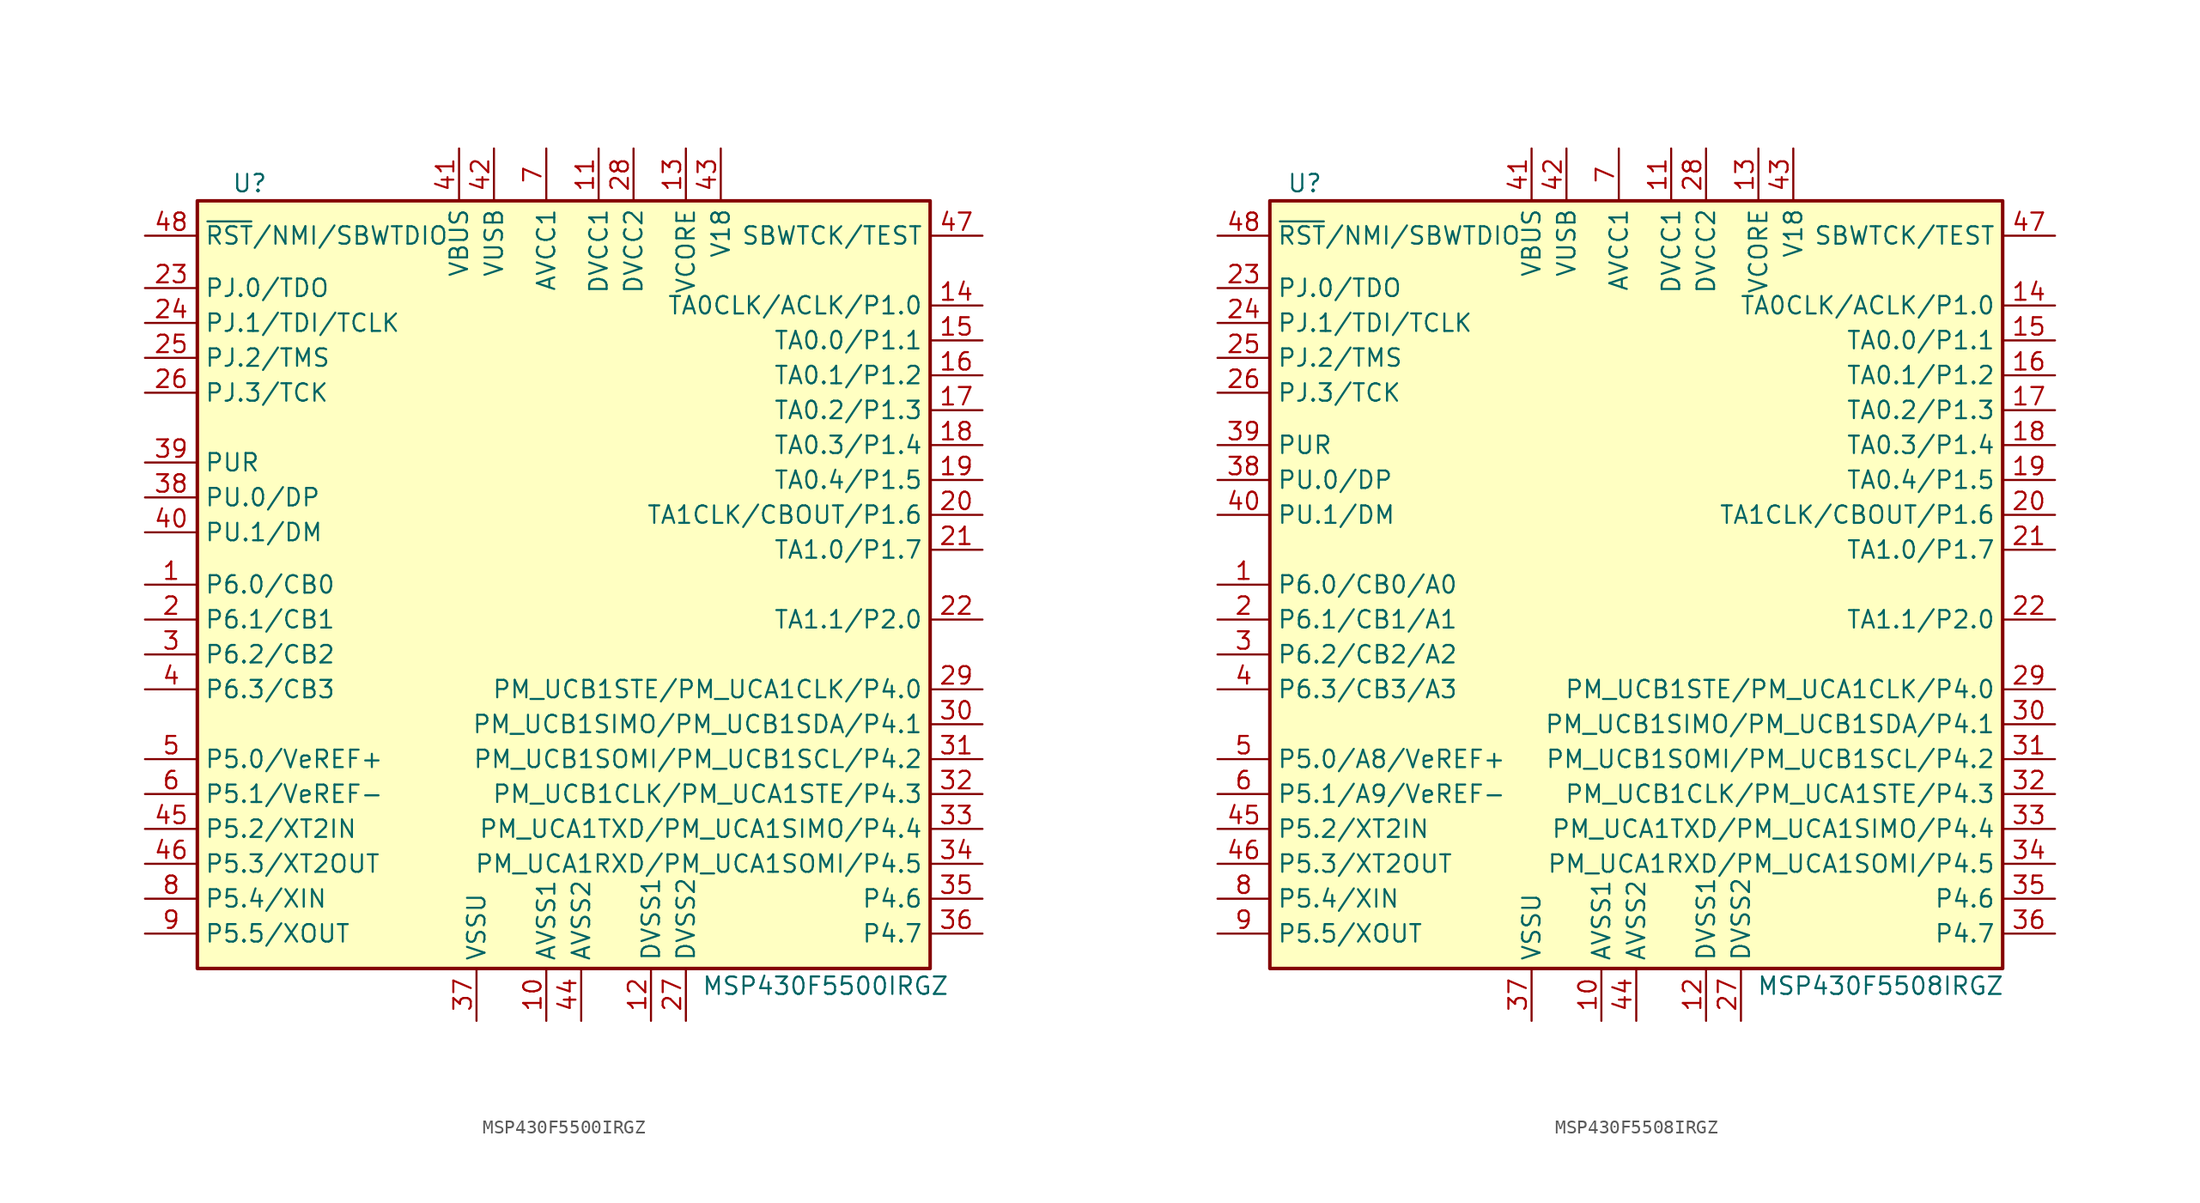
<source format=kicad_sym>
(kicad_symbol_lib
  (version 20211014)
  (generator kicad_symbol_editor)
  (symbol "MSP430F5500IRGZ"
    (property "Reference" "U"
      (at -22.86 29.21 0)
      (effects (font (size 1.27 1.27))))
    (property "Value" "MSP430F5500IRGZ"
      (at 19.05 -29.21 0)
      (effects (font (size 1.27 1.27))))
    (symbol "MSP430F5500IRGZ_0_1"
      (rectangle (start -26.67 27.94) (end 26.67 -27.94) (stroke (width 0.254) (type default) (color 0 0 0 0)) (fill (type background))))
    (symbol "MSP430F5500IRGZ_1_1"
      (pin bidirectional line (at -30.48 0 0) (length 3.81) (name "P6.0/CB0" (effects (font (size 1.27 1.27)))) (number "1" (effects (font (size 1.27 1.27)))))
      (pin power_in line (at -1.27 -31.75 90) (length 3.81) (name "AVSS1" (effects (font (size 1.27 1.27)))) (number "10" (effects (font (size 1.27 1.27)))))
      (pin power_in line (at 2.54 31.75 270) (length 3.81) (name "DVCC1" (effects (font (size 1.27 1.27)))) (number "11" (effects (font (size 1.27 1.27)))))
      (pin power_in line (at 6.35 -31.75 90) (length 3.81) (name "DVSS1" (effects (font (size 1.27 1.27)))) (number "12" (effects (font (size 1.27 1.27)))))
      (pin passive line (at 8.89 31.75 270) (length 3.81) (name "VCORE" (effects (font (size 1.27 1.27)))) (number "13" (effects (font (size 1.27 1.27)))))
      (pin bidirectional line (at 30.48 20.32 180) (length 3.81) (name "TA0CLK/ACLK/P1.0" (effects (font (size 1.27 1.27)))) (number "14" (effects (font (size 1.27 1.27)))))
      (pin bidirectional line (at 30.48 17.78 180) (length 3.81) (name "TA0.0/P1.1" (effects (font (size 1.27 1.27)))) (number "15" (effects (font (size 1.27 1.27)))))
      (pin bidirectional line (at 30.48 15.24 180) (length 3.81) (name "TA0.1/P1.2" (effects (font (size 1.27 1.27)))) (number "16" (effects (font (size 1.27 1.27)))))
      (pin bidirectional line (at 30.48 12.7 180) (length 3.81) (name "TA0.2/P1.3" (effects (font (size 1.27 1.27)))) (number "17" (effects (font (size 1.27 1.27)))))
      (pin bidirectional line (at 30.48 10.16 180) (length 3.81) (name "TA0.3/P1.4" (effects (font (size 1.27 1.27)))) (number "18" (effects (font (size 1.27 1.27)))))
      (pin bidirectional line (at 30.48 7.62 180) (length 3.81) (name "TA0.4/P1.5" (effects (font (size 1.27 1.27)))) (number "19" (effects (font (size 1.27 1.27)))))
      (pin bidirectional line (at -30.48 -2.54 0) (length 3.81) (name "P6.1/CB1" (effects (font (size 1.27 1.27)))) (number "2" (effects (font (size 1.27 1.27)))))
      (pin bidirectional line (at 30.48 5.08 180) (length 3.81) (name "TA1CLK/CBOUT/P1.6" (effects (font (size 1.27 1.27)))) (number "20" (effects (font (size 1.27 1.27)))))
      (pin bidirectional line (at 30.48 2.54 180) (length 3.81) (name "TA1.0/P1.7" (effects (font (size 1.27 1.27)))) (number "21" (effects (font (size 1.27 1.27)))))
      (pin bidirectional line (at 30.48 -2.54 180) (length 3.81) (name "TA1.1/P2.0" (effects (font (size 1.27 1.27)))) (number "22" (effects (font (size 1.27 1.27)))))
      (pin bidirectional line (at -30.48 21.59 0) (length 3.81) (name "PJ.0/TDO" (effects (font (size 1.27 1.27)))) (number "23" (effects (font (size 1.27 1.27)))))
      (pin bidirectional line (at -30.48 19.05 0) (length 3.81) (name "PJ.1/TDI/TCLK" (effects (font (size 1.27 1.27)))) (number "24" (effects (font (size 1.27 1.27)))))
      (pin bidirectional line (at -30.48 16.51 0) (length 3.81) (name "PJ.2/TMS" (effects (font (size 1.27 1.27)))) (number "25" (effects (font (size 1.27 1.27)))))
      (pin bidirectional line (at -30.48 13.97 0) (length 3.81) (name "PJ.3/TCK" (effects (font (size 1.27 1.27)))) (number "26" (effects (font (size 1.27 1.27)))))
      (pin power_in line (at 8.89 -31.75 90) (length 3.81) (name "DVSS2" (effects (font (size 1.27 1.27)))) (number "27" (effects (font (size 1.27 1.27)))))
      (pin power_in line (at 5.08 31.75 270) (length 3.81) (name "DVCC2" (effects (font (size 1.27 1.27)))) (number "28" (effects (font (size 1.27 1.27)))))
      (pin bidirectional line (at 30.48 -7.62 180) (length 3.81) (name "PM_UCB1STE/PM_UCA1CLK/P4.0" (effects (font (size 1.27 1.27)))) (number "29" (effects (font (size 1.27 1.27)))))
      (pin bidirectional line (at -30.48 -5.08 0) (length 3.81) (name "P6.2/CB2" (effects (font (size 1.27 1.27)))) (number "3" (effects (font (size 1.27 1.27)))))
      (pin bidirectional line (at 30.48 -10.16 180) (length 3.81) (name "PM_UCB1SIMO/PM_UCB1SDA/P4.1" (effects (font (size 1.27 1.27)))) (number "30" (effects (font (size 1.27 1.27)))))
      (pin bidirectional line (at 30.48 -12.7 180) (length 3.81) (name "PM_UCB1SOMI/PM_UCB1SCL/P4.2" (effects (font (size 1.27 1.27)))) (number "31" (effects (font (size 1.27 1.27)))))
      (pin bidirectional line (at 30.48 -15.24 180) (length 3.81) (name "PM_UCB1CLK/PM_UCA1STE/P4.3" (effects (font (size 1.27 1.27)))) (number "32" (effects (font (size 1.27 1.27)))))
      (pin bidirectional line (at 30.48 -17.78 180) (length 3.81) (name "PM_UCA1TXD/PM_UCA1SIMO/P4.4" (effects (font (size 1.27 1.27)))) (number "33" (effects (font (size 1.27 1.27)))))
      (pin bidirectional line (at 30.48 -20.32 180) (length 3.81) (name "PM_UCA1RXD/PM_UCA1SOMI/P4.5" (effects (font (size 1.27 1.27)))) (number "34" (effects (font (size 1.27 1.27)))))
      (pin bidirectional line (at 30.48 -22.86 180) (length 3.81) (name "P4.6" (effects (font (size 1.27 1.27)))) (number "35" (effects (font (size 1.27 1.27)))))
      (pin bidirectional line (at 30.48 -25.4 180) (length 3.81) (name "P4.7" (effects (font (size 1.27 1.27)))) (number "36" (effects (font (size 1.27 1.27)))))
      (pin power_in line (at -6.35 -31.75 90) (length 3.81) (name "VSSU" (effects (font (size 1.27 1.27)))) (number "37" (effects (font (size 1.27 1.27)))))
      (pin bidirectional line (at -30.48 6.35 0) (length 3.81) (name "PU.0/DP" (effects (font (size 1.27 1.27)))) (number "38" (effects (font (size 1.27 1.27)))))
      (pin bidirectional line (at -30.48 8.89 0) (length 3.81) (name "PUR" (effects (font (size 1.27 1.27)))) (number "39" (effects (font (size 1.27 1.27)))))
      (pin bidirectional line (at -30.48 -7.62 0) (length 3.81) (name "P6.3/CB3" (effects (font (size 1.27 1.27)))) (number "4" (effects (font (size 1.27 1.27)))))
      (pin bidirectional line (at -30.48 3.81 0) (length 3.81) (name "PU.1/DM" (effects (font (size 1.27 1.27)))) (number "40" (effects (font (size 1.27 1.27)))))
      (pin power_in line (at -7.62 31.75 270) (length 3.81) (name "VBUS" (effects (font (size 1.27 1.27)))) (number "41" (effects (font (size 1.27 1.27)))))
      (pin power_out line (at -5.08 31.75 270) (length 3.81) (name "VUSB" (effects (font (size 1.27 1.27)))) (number "42" (effects (font (size 1.27 1.27)))))
      (pin passive line (at 11.43 31.75 270) (length 3.81) (name "V18" (effects (font (size 1.27 1.27)))) (number "43" (effects (font (size 1.27 1.27)))))
      (pin power_in line (at 1.27 -31.75 90) (length 3.81) (name "AVSS2" (effects (font (size 1.27 1.27)))) (number "44" (effects (font (size 1.27 1.27)))))
      (pin bidirectional line (at -30.48 -17.78 0) (length 3.81) (name "P5.2/XT2IN" (effects (font (size 1.27 1.27)))) (number "45" (effects (font (size 1.27 1.27)))))
      (pin bidirectional line (at -30.48 -20.32 0) (length 3.81) (name "P5.3/XT2OUT" (effects (font (size 1.27 1.27)))) (number "46" (effects (font (size 1.27 1.27)))))
      (pin input line (at 30.48 25.4 180) (length 3.81) (name "SBWTCK/TEST" (effects (font (size 1.27 1.27)))) (number "47" (effects (font (size 1.27 1.27)))))
      (pin input line (at -30.48 25.4 0) (length 3.81) (name "~{RST}/NMI/SBWTDIO" (effects (font (size 1.27 1.27)))) (number "48" (effects (font (size 1.27 1.27)))))
      (pin bidirectional line (at -30.48 -12.7 0) (length 3.81) (name "P5.0/VeREF+" (effects (font (size 1.27 1.27)))) (number "5" (effects (font (size 1.27 1.27)))))
      (pin bidirectional line (at -30.48 -15.24 0) (length 3.81) (name "P5.1/VeREF-" (effects (font (size 1.27 1.27)))) (number "6" (effects (font (size 1.27 1.27)))))
      (pin power_in line (at -1.27 31.75 270) (length 3.81) (name "AVCC1" (effects (font (size 1.27 1.27)))) (number "7" (effects (font (size 1.27 1.27)))))
      (pin bidirectional line (at -30.48 -22.86 0) (length 3.81) (name "P5.4/XIN" (effects (font (size 1.27 1.27)))) (number "8" (effects (font (size 1.27 1.27)))))
      (pin bidirectional line (at -30.48 -25.4 0) (length 3.81) (name "P5.5/XOUT" (effects (font (size 1.27 1.27)))) (number "9" (effects (font (size 1.27 1.27)))))))
  (symbol "MSP430F5508IRGZ"
    (property "Reference" "U"
      (at -22.86 29.21 0)
      (effects (font (size 1.27 1.27))))
    (property "Value" "MSP430F5508IRGZ"
      (at 19.05 -29.21 0)
      (effects (font (size 1.27 1.27))))
    (symbol "MSP430F5508IRGZ_0_1"
      (rectangle (start -25.4 27.94) (end 27.94 -27.94) (stroke (width 0.254) (type default) (color 0 0 0 0)) (fill (type background))))
    (symbol "MSP430F5508IRGZ_1_1"
      (pin bidirectional line (at -29.21 0 0) (length 3.81) (name "P6.0/CB0/A0" (effects (font (size 1.27 1.27)))) (number "1" (effects (font (size 1.27 1.27)))))
      (pin power_in line (at -1.27 -31.75 90) (length 3.81) (name "AVSS1" (effects (font (size 1.27 1.27)))) (number "10" (effects (font (size 1.27 1.27)))))
      (pin power_in line (at 3.81 31.75 270) (length 3.81) (name "DVCC1" (effects (font (size 1.27 1.27)))) (number "11" (effects (font (size 1.27 1.27)))))
      (pin power_in line (at 6.35 -31.75 90) (length 3.81) (name "DVSS1" (effects (font (size 1.27 1.27)))) (number "12" (effects (font (size 1.27 1.27)))))
      (pin passive line (at 10.16 31.75 270) (length 3.81) (name "VCORE" (effects (font (size 1.27 1.27)))) (number "13" (effects (font (size 1.27 1.27)))))
      (pin bidirectional line (at 31.75 20.32 180) (length 3.81) (name "TA0CLK/ACLK/P1.0" (effects (font (size 1.27 1.27)))) (number "14" (effects (font (size 1.27 1.27)))))
      (pin bidirectional line (at 31.75 17.78 180) (length 3.81) (name "TA0.0/P1.1" (effects (font (size 1.27 1.27)))) (number "15" (effects (font (size 1.27 1.27)))))
      (pin bidirectional line (at 31.75 15.24 180) (length 3.81) (name "TA0.1/P1.2" (effects (font (size 1.27 1.27)))) (number "16" (effects (font (size 1.27 1.27)))))
      (pin bidirectional line (at 31.75 12.7 180) (length 3.81) (name "TA0.2/P1.3" (effects (font (size 1.27 1.27)))) (number "17" (effects (font (size 1.27 1.27)))))
      (pin bidirectional line (at 31.75 10.16 180) (length 3.81) (name "TA0.3/P1.4" (effects (font (size 1.27 1.27)))) (number "18" (effects (font (size 1.27 1.27)))))
      (pin bidirectional line (at 31.75 7.62 180) (length 3.81) (name "TA0.4/P1.5" (effects (font (size 1.27 1.27)))) (number "19" (effects (font (size 1.27 1.27)))))
      (pin bidirectional line (at -29.21 -2.54 0) (length 3.81) (name "P6.1/CB1/A1" (effects (font (size 1.27 1.27)))) (number "2" (effects (font (size 1.27 1.27)))))
      (pin bidirectional line (at 31.75 5.08 180) (length 3.81) (name "TA1CLK/CBOUT/P1.6" (effects (font (size 1.27 1.27)))) (number "20" (effects (font (size 1.27 1.27)))))
      (pin bidirectional line (at 31.75 2.54 180) (length 3.81) (name "TA1.0/P1.7" (effects (font (size 1.27 1.27)))) (number "21" (effects (font (size 1.27 1.27)))))
      (pin bidirectional line (at 31.75 -2.54 180) (length 3.81) (name "TA1.1/P2.0" (effects (font (size 1.27 1.27)))) (number "22" (effects (font (size 1.27 1.27)))))
      (pin bidirectional line (at -29.21 21.59 0) (length 3.81) (name "PJ.0/TDO" (effects (font (size 1.27 1.27)))) (number "23" (effects (font (size 1.27 1.27)))))
      (pin bidirectional line (at -29.21 19.05 0) (length 3.81) (name "PJ.1/TDI/TCLK" (effects (font (size 1.27 1.27)))) (number "24" (effects (font (size 1.27 1.27)))))
      (pin bidirectional line (at -29.21 16.51 0) (length 3.81) (name "PJ.2/TMS" (effects (font (size 1.27 1.27)))) (number "25" (effects (font (size 1.27 1.27)))))
      (pin bidirectional line (at -29.21 13.97 0) (length 3.81) (name "PJ.3/TCK" (effects (font (size 1.27 1.27)))) (number "26" (effects (font (size 1.27 1.27)))))
      (pin power_in line (at 8.89 -31.75 90) (length 3.81) (name "DVSS2" (effects (font (size 1.27 1.27)))) (number "27" (effects (font (size 1.27 1.27)))))
      (pin power_in line (at 6.35 31.75 270) (length 3.81) (name "DVCC2" (effects (font (size 1.27 1.27)))) (number "28" (effects (font (size 1.27 1.27)))))
      (pin bidirectional line (at 31.75 -7.62 180) (length 3.81) (name "PM_UCB1STE/PM_UCA1CLK/P4.0" (effects (font (size 1.27 1.27)))) (number "29" (effects (font (size 1.27 1.27)))))
      (pin bidirectional line (at -29.21 -5.08 0) (length 3.81) (name "P6.2/CB2/A2" (effects (font (size 1.27 1.27)))) (number "3" (effects (font (size 1.27 1.27)))))
      (pin bidirectional line (at 31.75 -10.16 180) (length 3.81) (name "PM_UCB1SIMO/PM_UCB1SDA/P4.1" (effects (font (size 1.27 1.27)))) (number "30" (effects (font (size 1.27 1.27)))))
      (pin bidirectional line (at 31.75 -12.7 180) (length 3.81) (name "PM_UCB1SOMI/PM_UCB1SCL/P4.2" (effects (font (size 1.27 1.27)))) (number "31" (effects (font (size 1.27 1.27)))))
      (pin bidirectional line (at 31.75 -15.24 180) (length 3.81) (name "PM_UCB1CLK/PM_UCA1STE/P4.3" (effects (font (size 1.27 1.27)))) (number "32" (effects (font (size 1.27 1.27)))))
      (pin bidirectional line (at 31.75 -17.78 180) (length 3.81) (name "PM_UCA1TXD/PM_UCA1SIMO/P4.4" (effects (font (size 1.27 1.27)))) (number "33" (effects (font (size 1.27 1.27)))))
      (pin bidirectional line (at 31.75 -20.32 180) (length 3.81) (name "PM_UCA1RXD/PM_UCA1SOMI/P4.5" (effects (font (size 1.27 1.27)))) (number "34" (effects (font (size 1.27 1.27)))))
      (pin bidirectional line (at 31.75 -22.86 180) (length 3.81) (name "P4.6" (effects (font (size 1.27 1.27)))) (number "35" (effects (font (size 1.27 1.27)))))
      (pin bidirectional line (at 31.75 -25.4 180) (length 3.81) (name "P4.7" (effects (font (size 1.27 1.27)))) (number "36" (effects (font (size 1.27 1.27)))))
      (pin power_in line (at -6.35 -31.75 90) (length 3.81) (name "VSSU" (effects (font (size 1.27 1.27)))) (number "37" (effects (font (size 1.27 1.27)))))
      (pin bidirectional line (at -29.21 7.62 0) (length 3.81) (name "PU.0/DP" (effects (font (size 1.27 1.27)))) (number "38" (effects (font (size 1.27 1.27)))))
      (pin bidirectional line (at -29.21 10.16 0) (length 3.81) (name "PUR" (effects (font (size 1.27 1.27)))) (number "39" (effects (font (size 1.27 1.27)))))
      (pin bidirectional line (at -29.21 -7.62 0) (length 3.81) (name "P6.3/CB3/A3" (effects (font (size 1.27 1.27)))) (number "4" (effects (font (size 1.27 1.27)))))
      (pin bidirectional line (at -29.21 5.08 0) (length 3.81) (name "PU.1/DM" (effects (font (size 1.27 1.27)))) (number "40" (effects (font (size 1.27 1.27)))))
      (pin power_in line (at -6.35 31.75 270) (length 3.81) (name "VBUS" (effects (font (size 1.27 1.27)))) (number "41" (effects (font (size 1.27 1.27)))))
      (pin power_out line (at -3.81 31.75 270) (length 3.81) (name "VUSB" (effects (font (size 1.27 1.27)))) (number "42" (effects (font (size 1.27 1.27)))))
      (pin passive line (at 12.7 31.75 270) (length 3.81) (name "V18" (effects (font (size 1.27 1.27)))) (number "43" (effects (font (size 1.27 1.27)))))
      (pin power_in line (at 1.27 -31.75 90) (length 3.81) (name "AVSS2" (effects (font (size 1.27 1.27)))) (number "44" (effects (font (size 1.27 1.27)))))
      (pin bidirectional line (at -29.21 -17.78 0) (length 3.81) (name "P5.2/XT2IN" (effects (font (size 1.27 1.27)))) (number "45" (effects (font (size 1.27 1.27)))))
      (pin bidirectional line (at -29.21 -20.32 0) (length 3.81) (name "P5.3/XT2OUT" (effects (font (size 1.27 1.27)))) (number "46" (effects (font (size 1.27 1.27)))))
      (pin input line (at 31.75 25.4 180) (length 3.81) (name "SBWTCK/TEST" (effects (font (size 1.27 1.27)))) (number "47" (effects (font (size 1.27 1.27)))))
      (pin input line (at -29.21 25.4 0) (length 3.81) (name "~{RST}/NMI/SBWTDIO" (effects (font (size 1.27 1.27)))) (number "48" (effects (font (size 1.27 1.27)))))
      (pin bidirectional line (at -29.21 -12.7 0) (length 3.81) (name "P5.0/A8/VeREF+" (effects (font (size 1.27 1.27)))) (number "5" (effects (font (size 1.27 1.27)))))
      (pin bidirectional line (at -29.21 -15.24 0) (length 3.81) (name "P5.1/A9/VeREF-" (effects (font (size 1.27 1.27)))) (number "6" (effects (font (size 1.27 1.27)))))
      (pin power_in line (at 0 31.75 270) (length 3.81) (name "AVCC1" (effects (font (size 1.27 1.27)))) (number "7" (effects (font (size 1.27 1.27)))))
      (pin bidirectional line (at -29.21 -22.86 0) (length 3.81) (name "P5.4/XIN" (effects (font (size 1.27 1.27)))) (number "8" (effects (font (size 1.27 1.27)))))
      (pin bidirectional line (at -29.21 -25.4 0) (length 3.81) (name "P5.5/XOUT" (effects (font (size 1.27 1.27)))) (number "9" (effects (font (size 1.27 1.27))))))))
</source>
